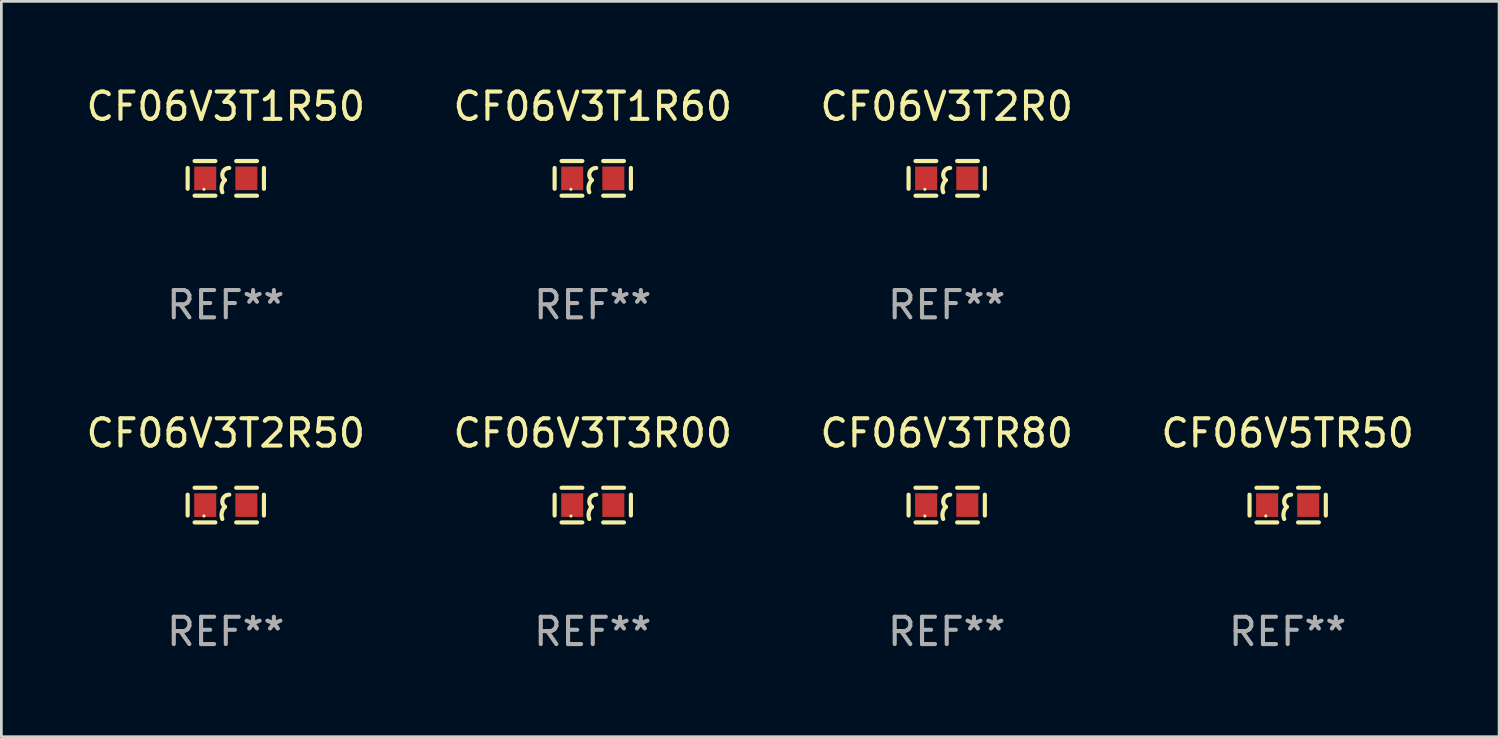
<source format=kicad_pcb>
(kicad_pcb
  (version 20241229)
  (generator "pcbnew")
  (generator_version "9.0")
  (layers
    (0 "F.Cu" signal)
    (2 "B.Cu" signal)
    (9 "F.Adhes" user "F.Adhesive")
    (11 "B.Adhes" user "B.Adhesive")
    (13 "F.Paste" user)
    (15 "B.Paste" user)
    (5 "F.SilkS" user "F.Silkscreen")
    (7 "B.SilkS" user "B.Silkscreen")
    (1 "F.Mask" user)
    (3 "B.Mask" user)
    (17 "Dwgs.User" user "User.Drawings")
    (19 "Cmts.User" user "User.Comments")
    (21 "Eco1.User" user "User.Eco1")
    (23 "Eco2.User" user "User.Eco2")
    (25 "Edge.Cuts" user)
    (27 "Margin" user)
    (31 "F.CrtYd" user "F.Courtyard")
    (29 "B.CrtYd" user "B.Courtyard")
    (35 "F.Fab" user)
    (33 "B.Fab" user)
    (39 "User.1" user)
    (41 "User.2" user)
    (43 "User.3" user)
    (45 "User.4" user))
  (footprint "CF06V3T1R50"
    (layer "F.Cu")
    (at 5.22 3.483)
    (property "Reference" "CF06V3T1R50" (at 0 -2.635 0) (layer "F.SilkS") (effects (font (size 1 1) (thickness 0.15))))
    (attr through_hole)
    (fp_line (start -1.397 -0.381) (end -1.397 0.381) (stroke (width 0.152) (type solid)) (layer "F.SilkS"))
    (fp_line (start -0.381 -0.635) (end -1.143 -0.635) (stroke (width 0.152) (type solid)) (layer "F.SilkS"))
    (fp_line (start -0.381 0.635) (end -1.143 0.635) (stroke (width 0.152) (type solid)) (layer "F.SilkS"))
    (fp_line (start 0.381 -0.635) (end 1.143 -0.635) (stroke (width 0.152) (type solid)) (layer "F.SilkS"))
    (fp_line (start 0.381 0.635) (end 1.143 0.635) (stroke (width 0.152) (type solid)) (layer "F.SilkS"))
    (fp_line (start 1.397 -0.381) (end 1.397 0.381) (stroke (width 0.152) (type solid)) (layer "F.SilkS"))
    (fp_arc (start -0.127 0.508001) (mid -0.146523 0.271131) (end -0.030861 0.0635) (stroke (width 0.151994) (type solid)) (layer "F.SilkS"))
    (fp_arc (start -0.03175 0.0635) (mid -0.113571 -0.216321) (end 0.127001 -0.381002) (stroke (width 0.151994) (type solid)) (layer "F.SilkS"))
    (fp_circle (center -0.8 0.4) (end -0.77 0.4) (stroke (width 0.06) (type solid)) (fill no) (layer "F.SilkS"))
    (fp_text user "REF**" (at 0 4.635 0) (layer "F.Fab") (effects (font (size 1 1) (thickness 0.15))))
    (pad "1" smd rect (at -0.753 0) (size 0.806 0.864) (layers "F.Cu" "F.Mask" "F.Paste"))
    (pad "2" smd rect (at 0.753 0) (size 0.806 0.864) (layers "F.Cu" "F.Mask" "F.Paste")))
  (footprint "CF06V3T1R60"
    (layer "F.Cu")
    (at 18.661 3.483)
    (property "Reference" "CF06V3T1R60" (at 0 -2.635 0) (layer "F.SilkS") (effects (font (size 1 1) (thickness 0.15))))
    (attr through_hole)
    (fp_line (start -1.397 -0.381) (end -1.397 0.381) (stroke (width 0.152) (type solid)) (layer "F.SilkS"))
    (fp_line (start -0.381 -0.635) (end -1.143 -0.635) (stroke (width 0.152) (type solid)) (layer "F.SilkS"))
    (fp_line (start -0.381 0.635) (end -1.143 0.635) (stroke (width 0.152) (type solid)) (layer "F.SilkS"))
    (fp_line (start 0.381 -0.635) (end 1.143 -0.635) (stroke (width 0.152) (type solid)) (layer "F.SilkS"))
    (fp_line (start 0.381 0.635) (end 1.143 0.635) (stroke (width 0.152) (type solid)) (layer "F.SilkS"))
    (fp_line (start 1.397 -0.381) (end 1.397 0.381) (stroke (width 0.152) (type solid)) (layer "F.SilkS"))
    (fp_arc (start -0.127 0.508001) (mid -0.146523 0.271131) (end -0.030861 0.0635) (stroke (width 0.151994) (type solid)) (layer "F.SilkS"))
    (fp_arc (start -0.03175 0.0635) (mid -0.113571 -0.216321) (end 0.127001 -0.381002) (stroke (width 0.151994) (type solid)) (layer "F.SilkS"))
    (fp_circle (center -0.8 0.4) (end -0.77 0.4) (stroke (width 0.06) (type solid)) (fill no) (layer "F.SilkS"))
    (fp_text user "REF**" (at 0 4.635 0) (layer "F.Fab") (effects (font (size 1 1) (thickness 0.15))))
    (pad "1" smd rect (at -0.753 0) (size 0.806 0.864) (layers "F.Cu" "F.Mask" "F.Paste"))
    (pad "2" smd rect (at 0.753 0) (size 0.806 0.864) (layers "F.Cu" "F.Mask" "F.Paste")))
  (footprint "CF06V3TR80"
    (layer "F.Cu")
    (at 31.625 15.45)
    (property "Reference" "CF06V3TR80" (at 0 -2.635 0) (layer "F.SilkS") (effects (font (size 1 1) (thickness 0.15))))
    (attr through_hole)
    (fp_line (start -1.397 -0.381) (end -1.397 0.381) (stroke (width 0.152) (type solid)) (layer "F.SilkS"))
    (fp_line (start -0.381 -0.635) (end -1.143 -0.635) (stroke (width 0.152) (type solid)) (layer "F.SilkS"))
    (fp_line (start -0.381 0.635) (end -1.143 0.635) (stroke (width 0.152) (type solid)) (layer "F.SilkS"))
    (fp_line (start 0.381 -0.635) (end 1.143 -0.635) (stroke (width 0.152) (type solid)) (layer "F.SilkS"))
    (fp_line (start 0.381 0.635) (end 1.143 0.635) (stroke (width 0.152) (type solid)) (layer "F.SilkS"))
    (fp_line (start 1.397 -0.381) (end 1.397 0.381) (stroke (width 0.152) (type solid)) (layer "F.SilkS"))
    (fp_arc (start -0.127 0.508001) (mid -0.146523 0.271131) (end -0.030861 0.0635) (stroke (width 0.151994) (type solid)) (layer "F.SilkS"))
    (fp_arc (start -0.03175 0.0635) (mid -0.113571 -0.216321) (end 0.127001 -0.381002) (stroke (width 0.151994) (type solid)) (layer "F.SilkS"))
    (fp_circle (center -0.8 0.4) (end -0.77 0.4) (stroke (width 0.06) (type solid)) (fill no) (layer "F.SilkS"))
    (fp_text user "REF**" (at 0 4.635 0) (layer "F.Fab") (effects (font (size 1 1) (thickness 0.15))))
    (pad "1" smd rect (at -0.753 0) (size 0.806 0.864) (layers "F.Cu" "F.Mask" "F.Paste"))
    (pad "2" smd rect (at 0.753 0) (size 0.806 0.864) (layers "F.Cu" "F.Mask" "F.Paste")))
  (footprint "CF06V5TR50"
    (layer "F.Cu")
    (at 44.113 15.45)
    (property "Reference" "CF06V5TR50" (at 0 -2.635 0) (layer "F.SilkS") (effects (font (size 1 1) (thickness 0.15))))
    (attr through_hole)
    (fp_line (start -1.397 -0.381) (end -1.397 0.381) (stroke (width 0.152) (type solid)) (layer "F.SilkS"))
    (fp_line (start -0.381 -0.635) (end -1.143 -0.635) (stroke (width 0.152) (type solid)) (layer "F.SilkS"))
    (fp_line (start -0.381 0.635) (end -1.143 0.635) (stroke (width 0.152) (type solid)) (layer "F.SilkS"))
    (fp_line (start 0.381 -0.635) (end 1.143 -0.635) (stroke (width 0.152) (type solid)) (layer "F.SilkS"))
    (fp_line (start 0.381 0.635) (end 1.143 0.635) (stroke (width 0.152) (type solid)) (layer "F.SilkS"))
    (fp_line (start 1.397 -0.381) (end 1.397 0.381) (stroke (width 0.152) (type solid)) (layer "F.SilkS"))
    (fp_arc (start -0.127 0.508001) (mid -0.146523 0.271131) (end -0.030861 0.0635) (stroke (width 0.151994) (type solid)) (layer "F.SilkS"))
    (fp_arc (start -0.03175 0.0635) (mid -0.113571 -0.216321) (end 0.127001 -0.381002) (stroke (width 0.151994) (type solid)) (layer "F.SilkS"))
    (fp_circle (center -0.8 0.4) (end -0.77 0.4) (stroke (width 0.06) (type solid)) (fill no) (layer "F.SilkS"))
    (fp_text user "REF**" (at 0 4.635 0) (layer "F.Fab") (effects (font (size 1 1) (thickness 0.15))))
    (pad "1" smd rect (at -0.753 0) (size 0.806 0.864) (layers "F.Cu" "F.Mask" "F.Paste"))
    (pad "2" smd rect (at 0.753 0) (size 0.806 0.864) (layers "F.Cu" "F.Mask" "F.Paste")))
  (footprint "CF06V3T2R50"
    (layer "F.Cu")
    (at 5.22 15.45)
    (property "Reference" "CF06V3T2R50" (at 0 -2.635 0) (layer "F.SilkS") (effects (font (size 1 1) (thickness 0.15))))
    (attr through_hole)
    (fp_line (start -1.397 -0.381) (end -1.397 0.381) (stroke (width 0.152) (type solid)) (layer "F.SilkS"))
    (fp_line (start -0.381 -0.635) (end -1.143 -0.635) (stroke (width 0.152) (type solid)) (layer "F.SilkS"))
    (fp_line (start -0.381 0.635) (end -1.143 0.635) (stroke (width 0.152) (type solid)) (layer "F.SilkS"))
    (fp_line (start 0.381 -0.635) (end 1.143 -0.635) (stroke (width 0.152) (type solid)) (layer "F.SilkS"))
    (fp_line (start 0.381 0.635) (end 1.143 0.635) (stroke (width 0.152) (type solid)) (layer "F.SilkS"))
    (fp_line (start 1.397 -0.381) (end 1.397 0.381) (stroke (width 0.152) (type solid)) (layer "F.SilkS"))
    (fp_arc (start -0.127 0.508001) (mid -0.146523 0.271131) (end -0.030861 0.0635) (stroke (width 0.151994) (type solid)) (layer "F.SilkS"))
    (fp_arc (start -0.03175 0.0635) (mid -0.113571 -0.216321) (end 0.127001 -0.381002) (stroke (width 0.151994) (type solid)) (layer "F.SilkS"))
    (fp_circle (center -0.8 0.4) (end -0.77 0.4) (stroke (width 0.06) (type solid)) (fill no) (layer "F.SilkS"))
    (fp_text user "REF**" (at 0 4.635 0) (layer "F.Fab") (effects (font (size 1 1) (thickness 0.15))))
    (pad "1" smd rect (at -0.753 0) (size 0.806 0.864) (layers "F.Cu" "F.Mask" "F.Paste"))
    (pad "2" smd rect (at 0.753 0) (size 0.806 0.864) (layers "F.Cu" "F.Mask" "F.Paste")))
  (footprint "CF06V3T3R00"
    (layer "F.Cu")
    (at 18.661 15.45)
    (property "Reference" "CF06V3T3R00" (at 0 -2.635 0) (layer "F.SilkS") (effects (font (size 1 1) (thickness 0.15))))
    (attr through_hole)
    (fp_line (start -1.397 -0.381) (end -1.397 0.381) (stroke (width 0.152) (type solid)) (layer "F.SilkS"))
    (fp_line (start -0.381 -0.635) (end -1.143 -0.635) (stroke (width 0.152) (type solid)) (layer "F.SilkS"))
    (fp_line (start -0.381 0.635) (end -1.143 0.635) (stroke (width 0.152) (type solid)) (layer "F.SilkS"))
    (fp_line (start 0.381 -0.635) (end 1.143 -0.635) (stroke (width 0.152) (type solid)) (layer "F.SilkS"))
    (fp_line (start 0.381 0.635) (end 1.143 0.635) (stroke (width 0.152) (type solid)) (layer "F.SilkS"))
    (fp_line (start 1.397 -0.381) (end 1.397 0.381) (stroke (width 0.152) (type solid)) (layer "F.SilkS"))
    (fp_arc (start -0.127 0.508001) (mid -0.146523 0.271131) (end -0.030861 0.0635) (stroke (width 0.151994) (type solid)) (layer "F.SilkS"))
    (fp_arc (start -0.03175 0.0635) (mid -0.113571 -0.216321) (end 0.127001 -0.381002) (stroke (width 0.151994) (type solid)) (layer "F.SilkS"))
    (fp_circle (center -0.8 0.4) (end -0.77 0.4) (stroke (width 0.06) (type solid)) (fill no) (layer "F.SilkS"))
    (fp_text user "REF**" (at 0 4.635 0) (layer "F.Fab") (effects (font (size 1 1) (thickness 0.15))))
    (pad "1" smd rect (at -0.753 0) (size 0.806 0.864) (layers "F.Cu" "F.Mask" "F.Paste"))
    (pad "2" smd rect (at 0.753 0) (size 0.806 0.864) (layers "F.Cu" "F.Mask" "F.Paste")))
  (footprint "CF06V3T2R0"
    (layer "F.Cu")
    (at 31.625 3.483)
    (property "Reference" "CF06V3T2R0" (at 0 -2.635 0) (layer "F.SilkS") (effects (font (size 1 1) (thickness 0.15))))
    (attr through_hole)
    (fp_line (start -1.397 -0.381) (end -1.397 0.381) (stroke (width 0.152) (type solid)) (layer "F.SilkS"))
    (fp_line (start -0.381 -0.635) (end -1.143 -0.635) (stroke (width 0.152) (type solid)) (layer "F.SilkS"))
    (fp_line (start -0.381 0.635) (end -1.143 0.635) (stroke (width 0.152) (type solid)) (layer "F.SilkS"))
    (fp_line (start 0.381 -0.635) (end 1.143 -0.635) (stroke (width 0.152) (type solid)) (layer "F.SilkS"))
    (fp_line (start 0.381 0.635) (end 1.143 0.635) (stroke (width 0.152) (type solid)) (layer "F.SilkS"))
    (fp_line (start 1.397 -0.381) (end 1.397 0.381) (stroke (width 0.152) (type solid)) (layer "F.SilkS"))
    (fp_arc (start -0.127 0.508001) (mid -0.146523 0.271131) (end -0.030861 0.0635) (stroke (width 0.151994) (type solid)) (layer "F.SilkS"))
    (fp_arc (start -0.03175 0.0635) (mid -0.113571 -0.216321) (end 0.127001 -0.381002) (stroke (width 0.151994) (type solid)) (layer "F.SilkS"))
    (fp_circle (center -0.8 0.4) (end -0.77 0.4) (stroke (width 0.06) (type solid)) (fill no) (layer "F.SilkS"))
    (fp_text user "REF**" (at 0 4.635 0) (layer "F.Fab") (effects (font (size 1 1) (thickness 0.15))))
    (pad "1" smd rect (at -0.753 0) (size 0.806 0.864) (layers "F.Cu" "F.Mask" "F.Paste"))
    (pad "2" smd rect (at 0.753 0) (size 0.806 0.864) (layers "F.Cu" "F.Mask" "F.Paste")))
  (gr_rect
    (start -3 -3)
    (end 51.857 23.933)
    (stroke (width 0.1) (type default))
    (fill no)
    (layer "Edge.Cuts")))
</source>
